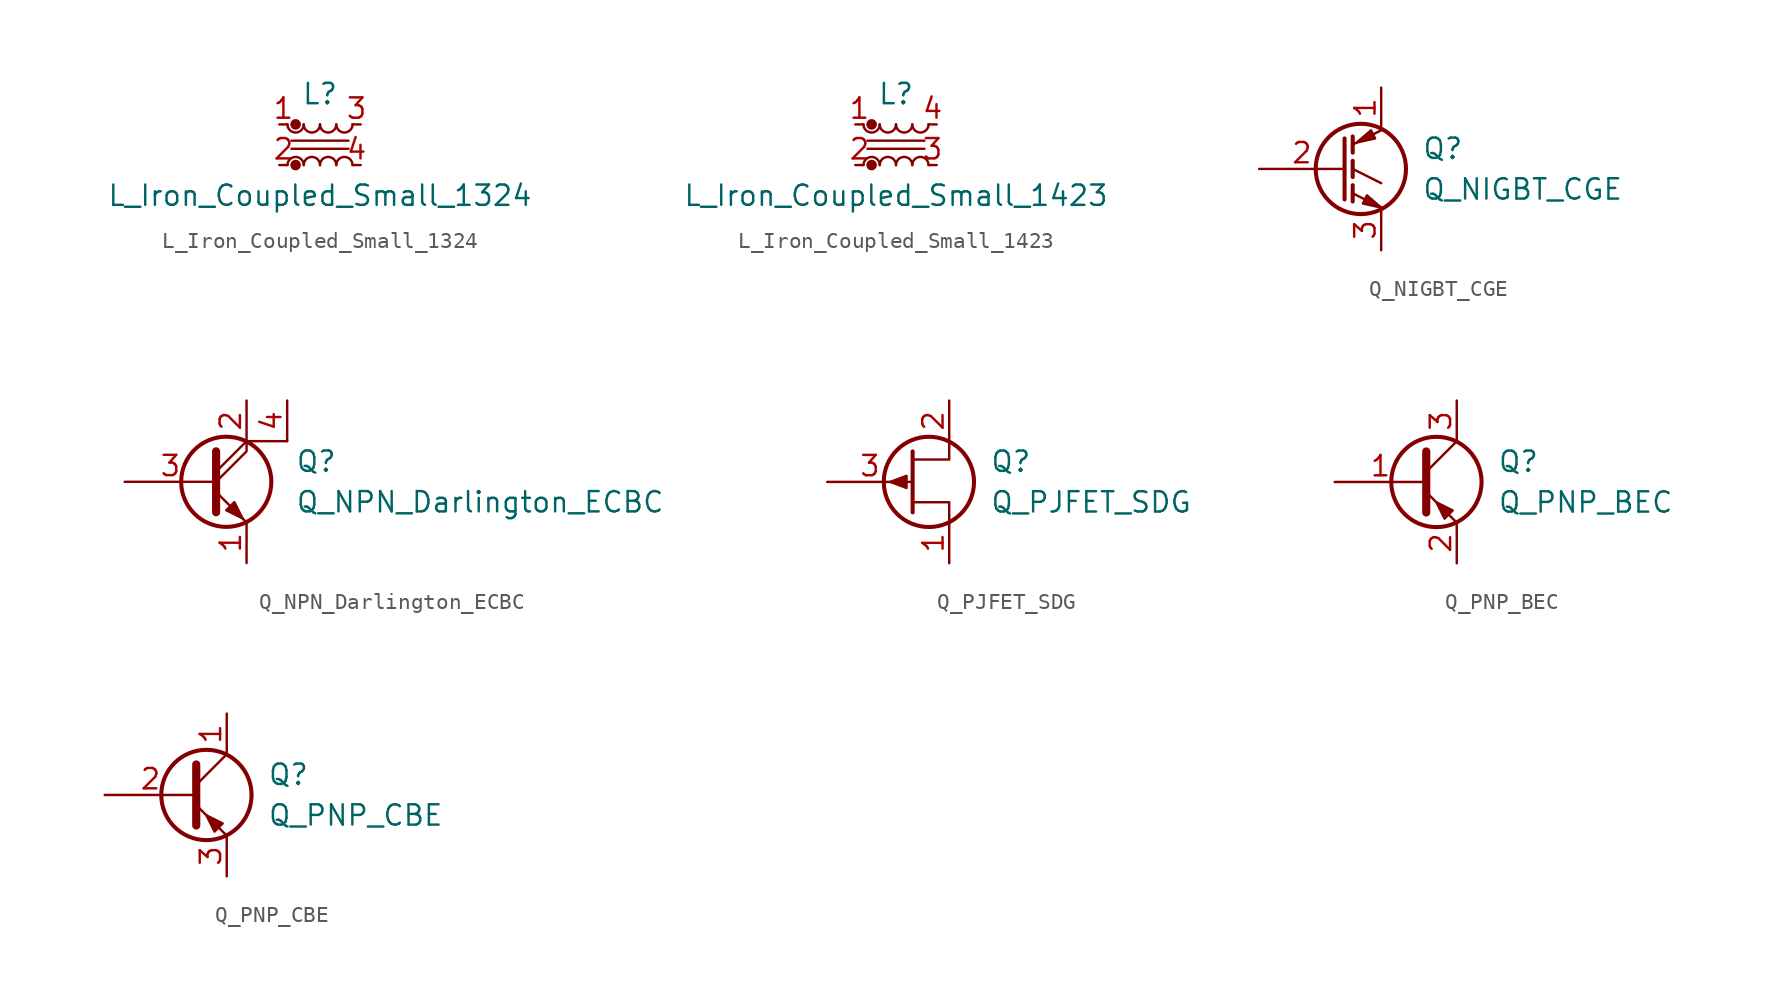
<source format=kicad_sym>
(kicad_symbol_lib
  (version 20241209)
  (generator "kicad_symbol_editor")
  (generator_version "9.0")
  (symbol "L_Iron_Coupled_Small_1324"
    (pin_names
      (offset 0.254)
      (hide yes))
    (property "Reference" "L"
      (at 0 3.175 0)
      (effects (font (size 1.27 1.27))))
    (property "Value" "L_Iron_Coupled_Small_1324"
      (at 0 -3.175 0)
      (effects (font (size 1.27 1.27))))
    (symbol "L_Iron_Coupled_Small_1324_0_1"
      (circle (center -1.524 1.27) (radius 0.254) (stroke (width 0) (type solid)) (fill (type outline)))
      (arc (start -1.016 1.27) (mid -1.524 0.762) (end -2.032 1.27) (stroke (width 0) (type solid)) (fill (type none)))
      (arc (start -2.032 -1.27) (mid -1.524 -0.762) (end -1.016 -1.27) (stroke (width 0) (type solid)) (fill (type none)))
      (circle (center -1.524 -1.27) (radius 0.254) (stroke (width 0) (type solid)) (fill (type outline)))
      (arc (start 0 1.27) (mid -0.508 0.762) (end -1.016 1.27) (stroke (width 0) (type solid)) (fill (type none)))
      (arc (start -1.016 -1.27) (mid -0.508 -0.762) (end 0 -1.27) (stroke (width 0) (type solid)) (fill (type none)))
      (arc (start 1.016 1.27) (mid 0.508 0.762) (end 0 1.27) (stroke (width 0) (type solid)) (fill (type none)))
      (arc (start 0 -1.27) (mid 0.508 -0.762) (end 1.016 -1.27) (stroke (width 0) (type solid)) (fill (type none)))
      (arc (start 2.032 1.27) (mid 1.524 0.762) (end 1.016 1.27) (stroke (width 0) (type solid)) (fill (type none)))
      (arc (start 1.016 -1.27) (mid 1.524 -0.762) (end 2.032 -1.27) (stroke (width 0) (type solid)) (fill (type none)))
      (polyline (pts (xy 1.778 0.254) (xy -1.778 0.254)) (stroke (width 0) (type solid)) (fill (type none)))
      (polyline (pts (xy 1.778 -0.254) (xy -1.778 -0.254)) (stroke (width 0) (type solid)) (fill (type none))))
    (symbol "L_Iron_Coupled_Small_1324_1_1"
      (pin passive line (at -2.54 1.27 0) (length 0.508) (name "1" (effects (font (size 1.27 1.27)))) (number "1" (effects (font (size 1.27 1.27)))))
      (pin passive line (at -2.54 -1.27 0) (length 0.508) (name "2" (effects (font (size 1.27 1.27)))) (number "2" (effects (font (size 1.27 1.27)))))
      (pin passive line (at 2.54 1.27 180) (length 0.508) (name "3" (effects (font (size 1.27 1.27)))) (number "3" (effects (font (size 1.27 1.27)))))
      (pin passive line (at 2.54 -1.27 180) (length 0.508) (name "4" (effects (font (size 1.27 1.27)))) (number "4" (effects (font (size 1.27 1.27)))))))
  (symbol "L_Iron_Coupled_Small_1423"
    (pin_names
      (offset 0.254)
      (hide yes))
    (property "Reference" "L"
      (at 0 3.175 0)
      (effects (font (size 1.27 1.27))))
    (property "Value" "L_Iron_Coupled_Small_1423"
      (at 0 -3.175 0)
      (effects (font (size 1.27 1.27))))
    (symbol "L_Iron_Coupled_Small_1423_0_1"
      (circle (center -1.524 1.27) (radius 0.254) (stroke (width 0) (type solid)) (fill (type outline)))
      (arc (start -1.016 1.27) (mid -1.524 0.762) (end -2.032 1.27) (stroke (width 0) (type solid)) (fill (type none)))
      (arc (start -2.032 -1.27) (mid -1.524 -0.762) (end -1.016 -1.27) (stroke (width 0) (type solid)) (fill (type none)))
      (circle (center -1.524 -1.27) (radius 0.254) (stroke (width 0) (type solid)) (fill (type outline)))
      (arc (start 0 1.27) (mid -0.508 0.762) (end -1.016 1.27) (stroke (width 0) (type solid)) (fill (type none)))
      (arc (start -1.016 -1.27) (mid -0.508 -0.762) (end 0 -1.27) (stroke (width 0) (type solid)) (fill (type none)))
      (arc (start 1.016 1.27) (mid 0.508 0.762) (end 0 1.27) (stroke (width 0) (type solid)) (fill (type none)))
      (arc (start 0 -1.27) (mid 0.508 -0.762) (end 1.016 -1.27) (stroke (width 0) (type solid)) (fill (type none)))
      (arc (start 2.032 1.27) (mid 1.524 0.762) (end 1.016 1.27) (stroke (width 0) (type solid)) (fill (type none)))
      (arc (start 1.016 -1.27) (mid 1.524 -0.762) (end 2.032 -1.27) (stroke (width 0) (type solid)) (fill (type none)))
      (polyline (pts (xy 1.778 0.254) (xy -1.778 0.254)) (stroke (width 0) (type solid)) (fill (type none)))
      (polyline (pts (xy 1.778 -0.254) (xy -1.778 -0.254)) (stroke (width 0) (type solid)) (fill (type none))))
    (symbol "L_Iron_Coupled_Small_1423_1_1"
      (pin passive line (at -2.54 1.27 0) (length 0.508) (name "1" (effects (font (size 1.27 1.27)))) (number "1" (effects (font (size 1.27 1.27)))))
      (pin passive line (at -2.54 -1.27 0) (length 0.508) (name "2" (effects (font (size 1.27 1.27)))) (number "2" (effects (font (size 1.27 1.27)))))
      (pin passive line (at 2.54 1.27 180) (length 0.508) (name "4" (effects (font (size 1.27 1.27)))) (number "4" (effects (font (size 1.27 1.27)))))
      (pin passive line (at 2.54 -1.27 180) (length 0.508) (name "3" (effects (font (size 1.27 1.27)))) (number "3" (effects (font (size 1.27 1.27)))))))
  (symbol "Q_NIGBT_CGE"
    (pin_names
      (offset 0)
      (hide yes))
    (property "Reference" "Q"
      (at 5.08 1.27 0)
      (effects (font (size 1.27 1.27)) (justify left)))
    (property "Value" "Q_NIGBT_CGE"
      (at 5.08 -1.27 0)
      (effects (font (size 1.27 1.27)) (justify left)))
    (symbol "Q_NIGBT_CGE_0_1"
      (polyline (pts (xy 0.254 1.905) (xy 0.254 -1.905) (xy 0.254 -1.905)) (stroke (width 0.254) (type solid)) (fill (type none)))
      (polyline (pts (xy 0.762 2.032) (xy 0.762 1.016)) (stroke (width 0.254) (type solid)) (fill (type none)))
      (polyline (pts (xy 0.762 0.508) (xy 0.762 -0.508)) (stroke (width 0.254) (type solid)) (fill (type none)))
      (polyline (pts (xy 0.762 -1.016) (xy 0.762 -2.032)) (stroke (width 0.254) (type solid)) (fill (type none)))
      (circle (center 1.27 0) (radius 2.819) (stroke (width 0.254) (type solid)) (fill (type none)))
      (polyline (pts (xy 1.397 -2.159) (xy 1.651 -1.651) (xy 2.54 -2.413) (xy 1.397 -2.159)) (stroke (width 0) (type solid)) (fill (type outline)))
      (polyline (pts (xy 2.159 1.905) (xy 1.905 2.413) (xy 1.016 1.651) (xy 2.159 1.905)) (stroke (width 0) (type solid)) (fill (type outline)))
      (polyline (pts (xy 2.54 2.413) (xy 0.762 1.524)) (stroke (width 0) (type solid)) (fill (type none)))
      (polyline (pts (xy 2.54 -0.889) (xy 0.762 0)) (stroke (width 0) (type solid)) (fill (type none)))
      (polyline (pts (xy 2.54 -2.413) (xy 0.762 -1.524)) (stroke (width 0) (type solid)) (fill (type none))))
    (symbol "Q_NIGBT_CGE_1_1"
      (pin input line (at -5.08 0 0) (length 5.334) (name "G" (effects (font (size 1.27 1.27)))) (number "2" (effects (font (size 1.27 1.27)))))
      (pin passive line (at 2.54 5.08 270) (length 2.54) (name "C" (effects (font (size 1.27 1.27)))) (number "1" (effects (font (size 1.27 1.27)))))
      (pin passive line (at 2.54 -5.08 90) (length 2.54) (name "E" (effects (font (size 1.27 1.27)))) (number "3" (effects (font (size 1.27 1.27)))))))
  (symbol "Q_NPN_Darlington_ECBC"
    (pin_names
      (offset 0)
      (hide yes))
    (property "Reference" "Q"
      (at 5.588 1.27 0)
      (effects (font (size 1.27 1.27)) (justify left)))
    (property "Value" "Q_NPN_Darlington_ECBC"
      (at 5.588 -1.27 0)
      (effects (font (size 1.27 1.27)) (justify left)))
    (symbol "Q_NPN_Darlington_ECBC_0_1"
      (polyline (pts (xy 0.635 1.905) (xy 0.635 -1.905) (xy 0.635 -1.905)) (stroke (width 0.508) (type solid)) (fill (type none)))
      (polyline (pts (xy 0.635 0.635) (xy 2.54 2.54)) (stroke (width 0) (type solid)) (fill (type none)))
      (polyline (pts (xy 0.635 0) (xy 2.54 1.905) (xy 2.54 2.54)) (stroke (width 0) (type solid)) (fill (type none)))
      (polyline (pts (xy 0.635 -0.635) (xy 2.54 -2.54) (xy 2.54 -2.54)) (stroke (width 0) (type solid)) (fill (type none)))
      (circle (center 1.27 0) (radius 2.819) (stroke (width 0.254) (type solid)) (fill (type none)))
      (polyline (pts (xy 1.27 -1.778) (xy 1.778 -1.27) (xy 2.286 -2.286) (xy 1.27 -1.778) (xy 1.27 -1.778)) (stroke (width 0) (type solid)) (fill (type outline)))
      (polyline (pts (xy 5.08 2.54) (xy 2.54 2.54)) (stroke (width 0) (type solid)) (fill (type none))))
    (symbol "Q_NPN_Darlington_ECBC_1_1"
      (pin passive line (at -5.08 0 0) (length 5.715) (name "B" (effects (font (size 1.27 1.27)))) (number "3" (effects (font (size 1.27 1.27)))))
      (pin passive line (at 2.54 5.08 270) (length 2.54) (name "C" (effects (font (size 1.27 1.27)))) (number "2" (effects (font (size 1.27 1.27)))))
      (pin passive line (at 2.54 -5.08 90) (length 2.54) (name "E" (effects (font (size 1.27 1.27)))) (number "1" (effects (font (size 1.27 1.27)))))
      (pin input line (at 5.08 5.08 270) (length 2.54) (name "C2" (effects (font (size 1.27 1.27)))) (number "4" (effects (font (size 1.27 1.27)))))))
  (symbol "Q_PJFET_SDG"
    (pin_names
      (offset 0)
      (hide yes))
    (property "Reference" "Q"
      (at 5.08 1.27 0)
      (effects (font (size 1.27 1.27)) (justify left)))
    (property "Value" "Q_PJFET_SDG"
      (at 5.08 -1.27 0)
      (effects (font (size 1.27 1.27)) (justify left)))
    (symbol "Q_PJFET_SDG_0_1"
      (polyline (pts (xy -1.143 0) (xy -0.127 0.381) (xy -0.127 -0.381) (xy -1.143 0)) (stroke (width 0) (type solid)) (fill (type outline)))
      (polyline (pts (xy 0.254 1.905) (xy 0.254 -1.905) (xy 0.254 -1.905)) (stroke (width 0.254) (type solid)) (fill (type none)))
      (circle (center 1.27 0) (radius 2.819) (stroke (width 0.254) (type solid)) (fill (type none)))
      (polyline (pts (xy 2.54 2.54) (xy 2.54 1.397) (xy 0.254 1.397)) (stroke (width 0) (type solid)) (fill (type none)))
      (polyline (pts (xy 2.54 -2.54) (xy 2.54 -1.27) (xy 0.254 -1.27)) (stroke (width 0) (type solid)) (fill (type none))))
    (symbol "Q_PJFET_SDG_1_1"
      (pin input line (at -5.08 0 0) (length 5.334) (name "G" (effects (font (size 1.27 1.27)))) (number "3" (effects (font (size 1.27 1.27)))))
      (pin passive line (at 2.54 5.08 270) (length 2.54) (name "D" (effects (font (size 1.27 1.27)))) (number "2" (effects (font (size 1.27 1.27)))))
      (pin passive line (at 2.54 -5.08 90) (length 2.54) (name "S" (effects (font (size 1.27 1.27)))) (number "1" (effects (font (size 1.27 1.27)))))))
  (symbol "Q_PNP_BEC"
    (pin_names
      (offset 0)
      (hide yes))
    (property "Reference" "Q"
      (at 5.08 1.27 0)
      (effects (font (size 1.27 1.27)) (justify left)))
    (property "Value" "Q_PNP_BEC"
      (at 5.08 -1.27 0)
      (effects (font (size 1.27 1.27)) (justify left)))
    (symbol "Q_PNP_BEC_0_1"
      (polyline (pts (xy 0.635 1.905) (xy 0.635 -1.905) (xy 0.635 -1.905)) (stroke (width 0.508) (type solid)) (fill (type none)))
      (polyline (pts (xy 0.635 0.635) (xy 2.54 2.54)) (stroke (width 0) (type solid)) (fill (type none)))
      (polyline (pts (xy 0.635 -0.635) (xy 2.54 -2.54) (xy 2.54 -2.54)) (stroke (width 0) (type solid)) (fill (type none)))
      (circle (center 1.27 0) (radius 2.819) (stroke (width 0.254) (type solid)) (fill (type none)))
      (polyline (pts (xy 2.286 -1.778) (xy 1.778 -2.286) (xy 1.27 -1.27) (xy 2.286 -1.778) (xy 2.286 -1.778)) (stroke (width 0) (type solid)) (fill (type outline))))
    (symbol "Q_PNP_BEC_1_1"
      (pin input line (at -5.08 0 0) (length 5.715) (name "B" (effects (font (size 1.27 1.27)))) (number "1" (effects (font (size 1.27 1.27)))))
      (pin passive line (at 2.54 5.08 270) (length 2.54) (name "C" (effects (font (size 1.27 1.27)))) (number "3" (effects (font (size 1.27 1.27)))))
      (pin passive line (at 2.54 -5.08 90) (length 2.54) (name "E" (effects (font (size 1.27 1.27)))) (number "2" (effects (font (size 1.27 1.27)))))))
  (symbol "Q_PNP_CBE"
    (pin_names
      (offset 0)
      (hide yes))
    (property "Reference" "Q"
      (at 5.08 1.27 0)
      (effects (font (size 1.27 1.27)) (justify left)))
    (property "Value" "Q_PNP_CBE"
      (at 5.08 -1.27 0)
      (effects (font (size 1.27 1.27)) (justify left)))
    (symbol "Q_PNP_CBE_0_1"
      (polyline (pts (xy 0.635 1.905) (xy 0.635 -1.905) (xy 0.635 -1.905)) (stroke (width 0.508) (type solid)) (fill (type none)))
      (polyline (pts (xy 0.635 0.635) (xy 2.54 2.54)) (stroke (width 0) (type solid)) (fill (type none)))
      (polyline (pts (xy 0.635 -0.635) (xy 2.54 -2.54) (xy 2.54 -2.54)) (stroke (width 0) (type solid)) (fill (type none)))
      (circle (center 1.27 0) (radius 2.819) (stroke (width 0.254) (type solid)) (fill (type none)))
      (polyline (pts (xy 2.286 -1.778) (xy 1.778 -2.286) (xy 1.27 -1.27) (xy 2.286 -1.778) (xy 2.286 -1.778)) (stroke (width 0) (type solid)) (fill (type outline))))
    (symbol "Q_PNP_CBE_1_1"
      (pin input line (at -5.08 0 0) (length 5.715) (name "B" (effects (font (size 1.27 1.27)))) (number "2" (effects (font (size 1.27 1.27)))))
      (pin passive line (at 2.54 5.08 270) (length 2.54) (name "C" (effects (font (size 1.27 1.27)))) (number "1" (effects (font (size 1.27 1.27)))))
      (pin passive line (at 2.54 -5.08 90) (length 2.54) (name "E" (effects (font (size 1.27 1.27)))) (number "3" (effects (font (size 1.27 1.27))))))))
</source>
